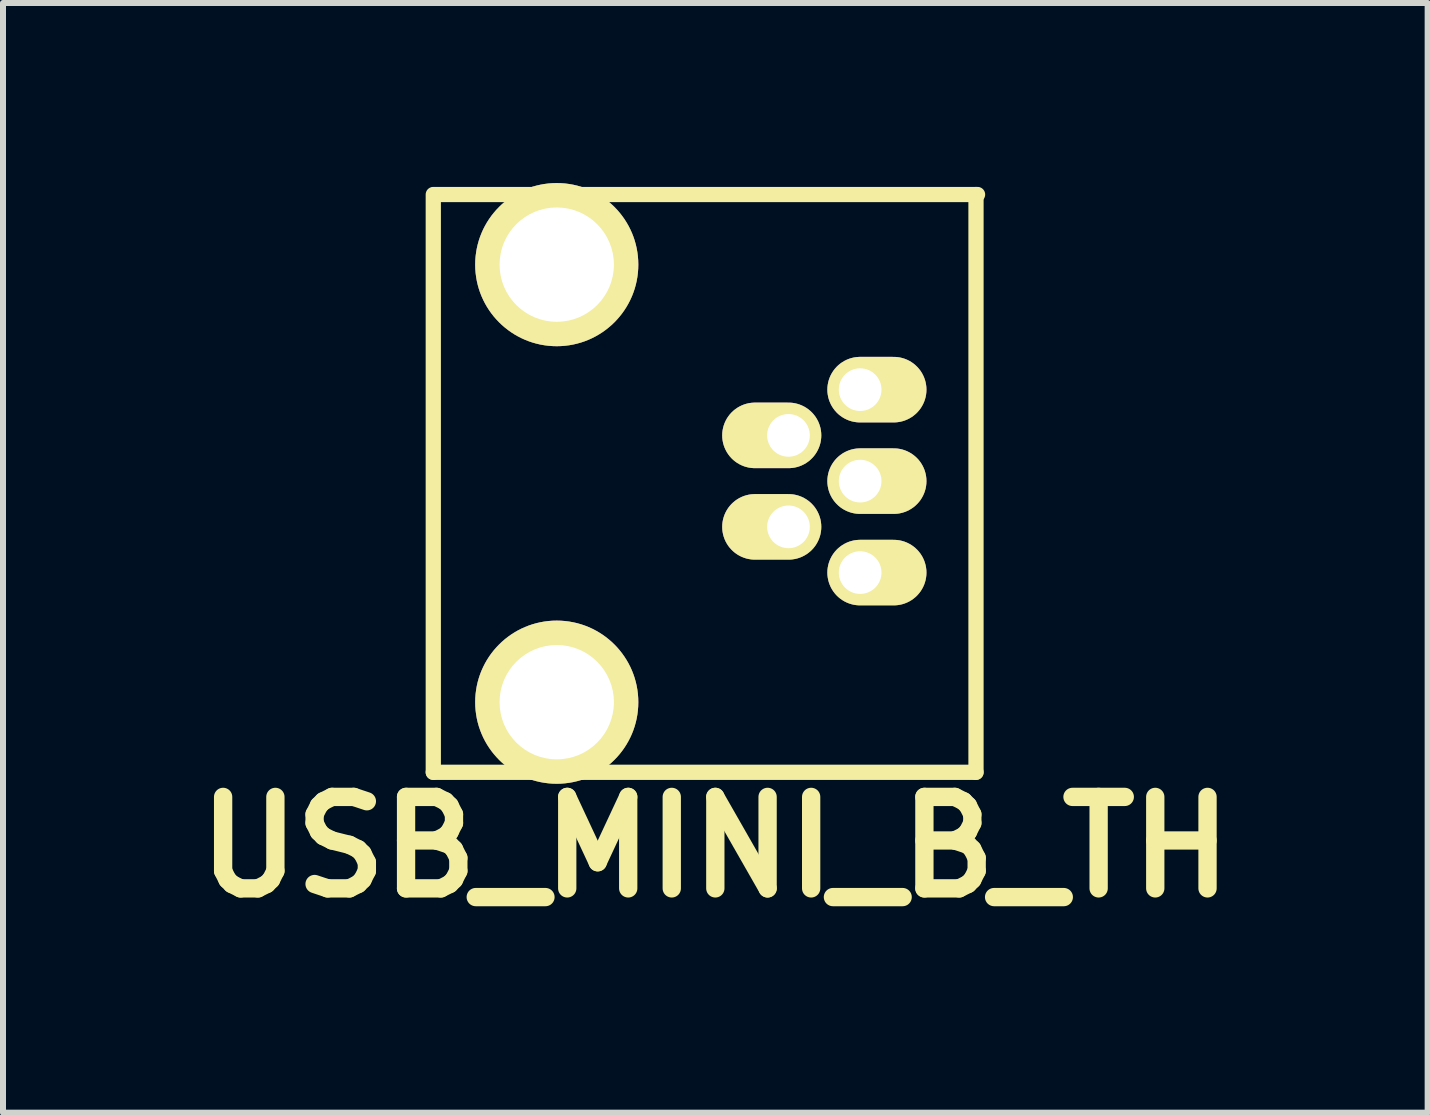
<source format=kicad_pcb>
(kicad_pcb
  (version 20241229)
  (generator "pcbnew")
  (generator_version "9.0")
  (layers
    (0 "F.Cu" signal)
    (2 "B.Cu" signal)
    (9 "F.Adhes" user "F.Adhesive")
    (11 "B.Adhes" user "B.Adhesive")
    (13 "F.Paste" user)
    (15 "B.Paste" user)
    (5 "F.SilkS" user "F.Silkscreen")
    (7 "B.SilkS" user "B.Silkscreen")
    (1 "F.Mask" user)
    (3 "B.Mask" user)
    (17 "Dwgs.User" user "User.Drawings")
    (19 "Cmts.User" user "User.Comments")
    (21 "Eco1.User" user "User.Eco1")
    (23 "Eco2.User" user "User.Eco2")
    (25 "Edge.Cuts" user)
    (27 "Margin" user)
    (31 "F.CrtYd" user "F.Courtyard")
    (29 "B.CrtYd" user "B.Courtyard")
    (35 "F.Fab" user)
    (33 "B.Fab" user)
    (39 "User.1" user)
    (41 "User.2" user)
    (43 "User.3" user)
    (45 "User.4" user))
  (footprint "USB_MINI_B_TH"
    (layer "F.Cu")
    (at 11.281 4.966)
    (property "Reference" "USB_MINI_B_TH" (at -2.413 6.096 0) (layer "F.SilkS") (effects (font (size 1.524 1.524) (thickness 0.305))))
    (attr through_hole)
    (fp_line (start -7.112 4.851) (end -7.112 -4.775) (stroke (width 0.254) (type solid)) (layer "F.SilkS"))
    (fp_line (start -7.112 4.851) (end 1.93 4.851) (stroke (width 0.254) (type solid)) (layer "F.SilkS"))
    (fp_line (start -7.087 -4.775) (end 1.956 -4.775) (stroke (width 0.254) (type solid)) (layer "F.SilkS"))
    (fp_line (start 1.93 -4.775) (end 1.93 4.851) (stroke (width 0.254) (type solid)) (layer "F.SilkS"))
    (pad "1" thru_hole oval (at 0 -1.524) (size 1.651 1.092) (drill 0.711 (offset 0.279 0)) (layers "*.Cu" "*.Mask" "F.SilkS"))
    (pad "2" thru_hole oval (at -1.194 -0.762) (size 1.651 1.092) (drill 0.711 (offset -0.279 0)) (layers "*.Cu" "*.Mask" "F.SilkS"))
    (pad "3" thru_hole oval (at 0 0) (size 1.651 1.092) (drill 0.711 (offset 0.279 0)) (layers "*.Cu" "*.Mask" "F.SilkS"))
    (pad "4" thru_hole oval (at -1.194 0.762) (size 1.651 1.092) (drill 0.711 (offset -0.279 0)) (layers "*.Cu" "*.Mask" "F.SilkS"))
    (pad "5" thru_hole oval (at 0 1.524) (size 1.651 1.092) (drill 0.711 (offset 0.279 0)) (layers "*.Cu" "*.Mask" "F.SilkS"))
    (pad "6" thru_hole circle (at -5.055 3.683) (size 2.718 2.718) (drill 1.905) (layers "*.Cu" "*.Mask" "F.SilkS"))
    (pad "7" thru_hole circle (at -5.055 -3.607) (size 2.718 2.718) (drill 1.905) (layers "*.Cu" "*.Mask" "F.SilkS")))
  (gr_rect
    (start -3 -3)
    (end 20.736 15.488)
    (stroke (width 0.1) (type default))
    (fill no)
    (layer "Edge.Cuts")))
</source>
